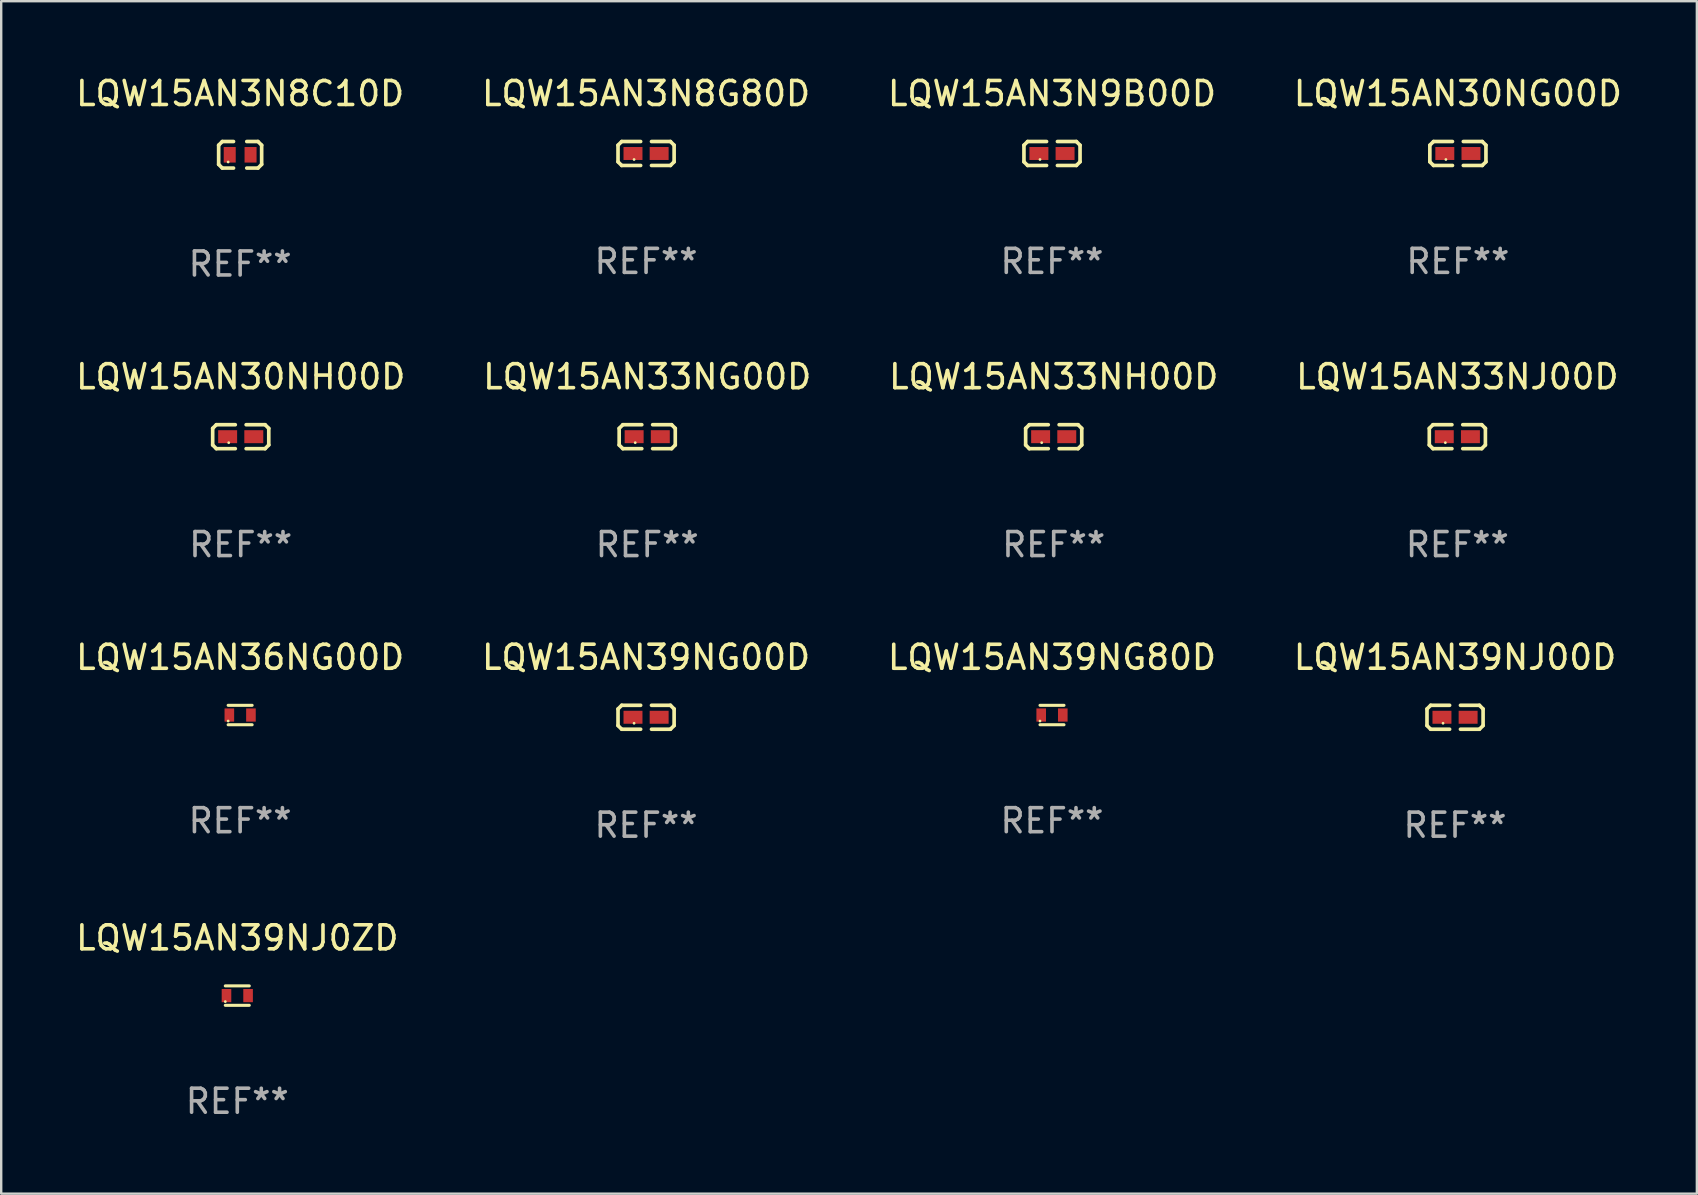
<source format=kicad_pcb>
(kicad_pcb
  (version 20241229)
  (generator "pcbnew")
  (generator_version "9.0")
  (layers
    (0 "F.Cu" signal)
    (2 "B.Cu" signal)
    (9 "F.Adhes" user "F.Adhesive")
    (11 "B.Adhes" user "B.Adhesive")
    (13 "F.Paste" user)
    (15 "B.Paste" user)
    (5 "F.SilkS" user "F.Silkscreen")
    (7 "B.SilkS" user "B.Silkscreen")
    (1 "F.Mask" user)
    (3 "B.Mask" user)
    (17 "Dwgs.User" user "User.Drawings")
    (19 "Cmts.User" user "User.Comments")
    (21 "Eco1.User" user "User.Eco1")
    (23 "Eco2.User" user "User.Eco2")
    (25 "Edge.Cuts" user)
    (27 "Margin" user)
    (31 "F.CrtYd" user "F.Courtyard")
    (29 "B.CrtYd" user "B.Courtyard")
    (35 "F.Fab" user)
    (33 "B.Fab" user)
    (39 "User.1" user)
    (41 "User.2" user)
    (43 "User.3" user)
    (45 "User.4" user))
  (footprint "LQW15AN36NG00D"
    (layer "F.Cu")
    (at 6.958 26.749)
    (property "Reference" "LQW15AN36NG00D" (at 0 -2.405 0) (layer "F.SilkS") (effects (font (size 1 1) (thickness 0.15))))
    (attr through_hole)
    (fp_line (start -0.5 -0.405) (end 0.5 -0.405) (stroke (width 0.127) (type solid)) (layer "F.SilkS"))
    (fp_line (start -0.5 0.405) (end 0.5 0.405) (stroke (width 0.127) (type solid)) (layer "F.SilkS"))
    (fp_circle (center -0.5 0.25) (end -0.47 0.25) (stroke (width 0.06) (type solid)) (fill no) (layer "F.SilkS"))
    (fp_text user "REF**" (at 0 4.405 0) (layer "F.Fab") (effects (font (size 1 1) (thickness 0.15))))
    (pad "1" smd rect (at -0.45 0 90) (size 0.55 0.4) (layers "F.Cu" "F.Mask" "F.Paste"))
    (pad "2" smd rect (at 0.45 0 90) (size 0.55 0.4) (layers "F.Cu" "F.Mask" "F.Paste")))
  (footprint "LQW15AN33NG00D"
    (layer "F.Cu")
    (at 23.923 15.149)
    (property "Reference" "LQW15AN33NG00D" (at 0 -2.499 0) (layer "F.SilkS") (effects (font (size 1 1) (thickness 0.15))))
    (attr through_hole)
    (fp_line (start -1.169 -0.346) (end -1.016 -0.499) (stroke (width 0.152) (type solid)) (layer "F.SilkS"))
    (fp_line (start -1.169 0.346) (end -1.169 -0.346) (stroke (width 0.152) (type solid)) (layer "F.SilkS"))
    (fp_line (start -1.016 -0.499) (end -0.226 -0.499) (stroke (width 0.152) (type solid)) (layer "F.SilkS"))
    (fp_line (start -1.016 0.499) (end -1.169 0.346) (stroke (width 0.152) (type solid)) (layer "F.SilkS"))
    (fp_line (start -0.226 0.499) (end -1.016 0.499) (stroke (width 0.152) (type solid)) (layer "F.SilkS"))
    (fp_line (start 0.226 0.499) (end 1.016 0.499) (stroke (width 0.152) (type solid)) (layer "F.SilkS"))
    (fp_line (start 1.016 -0.499) (end 0.226 -0.499) (stroke (width 0.152) (type solid)) (layer "F.SilkS"))
    (fp_line (start 1.016 0.499) (end 1.169 0.346) (stroke (width 0.152) (type solid)) (layer "F.SilkS"))
    (fp_line (start 1.169 -0.346) (end 1.016 -0.499) (stroke (width 0.152) (type solid)) (layer "F.SilkS"))
    (fp_line (start 1.169 0.346) (end 1.169 -0.346) (stroke (width 0.152) (type solid)) (layer "F.SilkS"))
    (fp_circle (center -0.5 0.25) (end -0.47 0.25) (stroke (width 0.06) (type solid)) (fill no) (layer "F.SilkS"))
    (fp_text user "REF**" (at 0 4.499 0) (layer "F.Fab") (effects (font (size 1 1) (thickness 0.15))))
    (pad "1" smd rect (at -0.545 0) (size 0.79 0.54) (layers "F.Cu" "F.Mask" "F.Paste"))
    (pad "2" smd rect (at 0.545 0) (size 0.79 0.54) (layers "F.Cu" "F.Mask" "F.Paste")))
  (footprint "LQW15AN33NH00D"
    (layer "F.Cu")
    (at 40.863 15.149)
    (property "Reference" "LQW15AN33NH00D" (at 0 -2.499 0) (layer "F.SilkS") (effects (font (size 1 1) (thickness 0.15))))
    (attr through_hole)
    (fp_line (start -1.169 -0.346) (end -1.016 -0.499) (stroke (width 0.152) (type solid)) (layer "F.SilkS"))
    (fp_line (start -1.169 0.346) (end -1.169 -0.346) (stroke (width 0.152) (type solid)) (layer "F.SilkS"))
    (fp_line (start -1.016 -0.499) (end -0.226 -0.499) (stroke (width 0.152) (type solid)) (layer "F.SilkS"))
    (fp_line (start -1.016 0.499) (end -1.169 0.346) (stroke (width 0.152) (type solid)) (layer "F.SilkS"))
    (fp_line (start -0.226 0.499) (end -1.016 0.499) (stroke (width 0.152) (type solid)) (layer "F.SilkS"))
    (fp_line (start 0.226 0.499) (end 1.016 0.499) (stroke (width 0.152) (type solid)) (layer "F.SilkS"))
    (fp_line (start 1.016 -0.499) (end 0.226 -0.499) (stroke (width 0.152) (type solid)) (layer "F.SilkS"))
    (fp_line (start 1.016 0.499) (end 1.169 0.346) (stroke (width 0.152) (type solid)) (layer "F.SilkS"))
    (fp_line (start 1.169 -0.346) (end 1.016 -0.499) (stroke (width 0.152) (type solid)) (layer "F.SilkS"))
    (fp_line (start 1.169 0.346) (end 1.169 -0.346) (stroke (width 0.152) (type solid)) (layer "F.SilkS"))
    (fp_circle (center -0.5 0.25) (end -0.47 0.25) (stroke (width 0.06) (type solid)) (fill no) (layer "F.SilkS"))
    (fp_text user "REF**" (at 0 4.499 0) (layer "F.Fab") (effects (font (size 1 1) (thickness 0.15))))
    (pad "1" smd rect (at -0.545 0) (size 0.79 0.54) (layers "F.Cu" "F.Mask" "F.Paste"))
    (pad "2" smd rect (at 0.545 0) (size 0.79 0.54) (layers "F.Cu" "F.Mask" "F.Paste")))
  (footprint "LQW15AN39NG80D"
    (layer "F.Cu")
    (at 40.792 26.749)
    (property "Reference" "LQW15AN39NG80D" (at 0 -2.405 0) (layer "F.SilkS") (effects (font (size 1 1) (thickness 0.15))))
    (attr through_hole)
    (fp_line (start -0.5 -0.405) (end 0.5 -0.405) (stroke (width 0.127) (type solid)) (layer "F.SilkS"))
    (fp_line (start -0.5 0.405) (end 0.5 0.405) (stroke (width 0.127) (type solid)) (layer "F.SilkS"))
    (fp_circle (center -0.5 0.25) (end -0.47 0.25) (stroke (width 0.06) (type solid)) (fill no) (layer "F.SilkS"))
    (fp_text user "REF**" (at 0 4.405 0) (layer "F.Fab") (effects (font (size 1 1) (thickness 0.15))))
    (pad "1" smd rect (at -0.45 0 90) (size 0.55 0.4) (layers "F.Cu" "F.Mask" "F.Paste"))
    (pad "2" smd rect (at 0.45 0 90) (size 0.55 0.4) (layers "F.Cu" "F.Mask" "F.Paste")))
  (footprint "LQW15AN39NG00D"
    (layer "F.Cu")
    (at 23.875 26.842)
    (property "Reference" "LQW15AN39NG00D" (at 0 -2.499 0) (layer "F.SilkS") (effects (font (size 1 1) (thickness 0.15))))
    (attr through_hole)
    (fp_line (start -1.169 -0.346) (end -1.016 -0.499) (stroke (width 0.152) (type solid)) (layer "F.SilkS"))
    (fp_line (start -1.169 0.346) (end -1.169 -0.346) (stroke (width 0.152) (type solid)) (layer "F.SilkS"))
    (fp_line (start -1.016 -0.499) (end -0.226 -0.499) (stroke (width 0.152) (type solid)) (layer "F.SilkS"))
    (fp_line (start -1.016 0.499) (end -1.169 0.346) (stroke (width 0.152) (type solid)) (layer "F.SilkS"))
    (fp_line (start -0.226 0.499) (end -1.016 0.499) (stroke (width 0.152) (type solid)) (layer "F.SilkS"))
    (fp_line (start 0.226 0.499) (end 1.016 0.499) (stroke (width 0.152) (type solid)) (layer "F.SilkS"))
    (fp_line (start 1.016 -0.499) (end 0.226 -0.499) (stroke (width 0.152) (type solid)) (layer "F.SilkS"))
    (fp_line (start 1.016 0.499) (end 1.169 0.346) (stroke (width 0.152) (type solid)) (layer "F.SilkS"))
    (fp_line (start 1.169 -0.346) (end 1.016 -0.499) (stroke (width 0.152) (type solid)) (layer "F.SilkS"))
    (fp_line (start 1.169 0.346) (end 1.169 -0.346) (stroke (width 0.152) (type solid)) (layer "F.SilkS"))
    (fp_circle (center -0.5 0.25) (end -0.47 0.25) (stroke (width 0.06) (type solid)) (fill no) (layer "F.SilkS"))
    (fp_text user "REF**" (at 0 4.499 0) (layer "F.Fab") (effects (font (size 1 1) (thickness 0.15))))
    (pad "1" smd rect (at -0.545 0) (size 0.79 0.54) (layers "F.Cu" "F.Mask" "F.Paste"))
    (pad "2" smd rect (at 0.545 0) (size 0.79 0.54) (layers "F.Cu" "F.Mask" "F.Paste")))
  (footprint "LQW15AN39NJ00D"
    (layer "F.Cu")
    (at 57.589 26.842)
    (property "Reference" "LQW15AN39NJ00D" (at 0 -2.499 0) (layer "F.SilkS") (effects (font (size 1 1) (thickness 0.15))))
    (attr through_hole)
    (fp_line (start -1.169 -0.346) (end -1.016 -0.499) (stroke (width 0.152) (type solid)) (layer "F.SilkS"))
    (fp_line (start -1.169 0.346) (end -1.169 -0.346) (stroke (width 0.152) (type solid)) (layer "F.SilkS"))
    (fp_line (start -1.016 -0.499) (end -0.226 -0.499) (stroke (width 0.152) (type solid)) (layer "F.SilkS"))
    (fp_line (start -1.016 0.499) (end -1.169 0.346) (stroke (width 0.152) (type solid)) (layer "F.SilkS"))
    (fp_line (start -0.226 0.499) (end -1.016 0.499) (stroke (width 0.152) (type solid)) (layer "F.SilkS"))
    (fp_line (start 0.226 0.499) (end 1.016 0.499) (stroke (width 0.152) (type solid)) (layer "F.SilkS"))
    (fp_line (start 1.016 -0.499) (end 0.226 -0.499) (stroke (width 0.152) (type solid)) (layer "F.SilkS"))
    (fp_line (start 1.016 0.499) (end 1.169 0.346) (stroke (width 0.152) (type solid)) (layer "F.SilkS"))
    (fp_line (start 1.169 -0.346) (end 1.016 -0.499) (stroke (width 0.152) (type solid)) (layer "F.SilkS"))
    (fp_line (start 1.169 0.346) (end 1.169 -0.346) (stroke (width 0.152) (type solid)) (layer "F.SilkS"))
    (fp_circle (center -0.5 0.25) (end -0.47 0.25) (stroke (width 0.06) (type solid)) (fill no) (layer "F.SilkS"))
    (fp_text user "REF**" (at 0 4.499 0) (layer "F.Fab") (effects (font (size 1 1) (thickness 0.15))))
    (pad "1" smd rect (at -0.545 0) (size 0.79 0.54) (layers "F.Cu" "F.Mask" "F.Paste"))
    (pad "2" smd rect (at 0.545 0) (size 0.79 0.54) (layers "F.Cu" "F.Mask" "F.Paste")))
  (footprint "LQW15AN3N9B00D"
    (layer "F.Cu")
    (at 40.792 3.347)
    (property "Reference" "LQW15AN3N9B00D" (at 0 -2.499 0) (layer "F.SilkS") (effects (font (size 1 1) (thickness 0.15))))
    (attr through_hole)
    (fp_line (start -1.169 -0.346) (end -1.016 -0.499) (stroke (width 0.152) (type solid)) (layer "F.SilkS"))
    (fp_line (start -1.169 0.346) (end -1.169 -0.346) (stroke (width 0.152) (type solid)) (layer "F.SilkS"))
    (fp_line (start -1.016 -0.499) (end -0.226 -0.499) (stroke (width 0.152) (type solid)) (layer "F.SilkS"))
    (fp_line (start -1.016 0.499) (end -1.169 0.346) (stroke (width 0.152) (type solid)) (layer "F.SilkS"))
    (fp_line (start -0.226 0.499) (end -1.016 0.499) (stroke (width 0.152) (type solid)) (layer "F.SilkS"))
    (fp_line (start 0.226 0.499) (end 1.016 0.499) (stroke (width 0.152) (type solid)) (layer "F.SilkS"))
    (fp_line (start 1.016 -0.499) (end 0.226 -0.499) (stroke (width 0.152) (type solid)) (layer "F.SilkS"))
    (fp_line (start 1.016 0.499) (end 1.169 0.346) (stroke (width 0.152) (type solid)) (layer "F.SilkS"))
    (fp_line (start 1.169 -0.346) (end 1.016 -0.499) (stroke (width 0.152) (type solid)) (layer "F.SilkS"))
    (fp_line (start 1.169 0.346) (end 1.169 -0.346) (stroke (width 0.152) (type solid)) (layer "F.SilkS"))
    (fp_circle (center -0.5 0.25) (end -0.47 0.25) (stroke (width 0.06) (type solid)) (fill no) (layer "F.SilkS"))
    (fp_text user "REF**" (at 0 4.499 0) (layer "F.Fab") (effects (font (size 1 1) (thickness 0.15))))
    (pad "1" smd rect (at -0.545 0) (size 0.79 0.54) (layers "F.Cu" "F.Mask" "F.Paste"))
    (pad "2" smd rect (at 0.545 0) (size 0.79 0.54) (layers "F.Cu" "F.Mask" "F.Paste")))
  (footprint "LQW15AN39NJ0ZD"
    (layer "F.Cu")
    (at 6.839 38.442)
    (property "Reference" "LQW15AN39NJ0ZD" (at 0 -2.405 0) (layer "F.SilkS") (effects (font (size 1 1) (thickness 0.15))))
    (attr through_hole)
    (fp_line (start -0.5 -0.405) (end 0.5 -0.405) (stroke (width 0.127) (type solid)) (layer "F.SilkS"))
    (fp_line (start -0.5 0.405) (end 0.5 0.405) (stroke (width 0.127) (type solid)) (layer "F.SilkS"))
    (fp_circle (center -0.5 0.25) (end -0.47 0.25) (stroke (width 0.06) (type solid)) (fill no) (layer "F.SilkS"))
    (fp_text user "REF**" (at 0 4.405 0) (layer "F.Fab") (effects (font (size 1 1) (thickness 0.15))))
    (pad "1" smd rect (at -0.45 0 90) (size 0.55 0.4) (layers "F.Cu" "F.Mask" "F.Paste"))
    (pad "2" smd rect (at 0.45 0 90) (size 0.55 0.4) (layers "F.Cu" "F.Mask" "F.Paste")))
  (footprint "LQW15AN3N8C10D"
    (layer "F.Cu")
    (at 6.958 3.401)
    (property "Reference" "LQW15AN3N8C10D" (at 0 -2.553 0) (layer "F.SilkS") (effects (font (size 1 1) (thickness 0.15))))
    (attr through_hole)
    (fp_line (start -0.896 -0.4) (end -0.896 0.4) (stroke (width 0.152) (type solid)) (layer "F.SilkS"))
    (fp_line (start -0.896 0.4) (end -0.744 0.553) (stroke (width 0.152) (type solid)) (layer "F.SilkS"))
    (fp_line (start -0.744 -0.553) (end -0.896 -0.4) (stroke (width 0.152) (type solid)) (layer "F.SilkS"))
    (fp_line (start -0.744 0.553) (end -0.276 0.553) (stroke (width 0.152) (type solid)) (layer "F.SilkS"))
    (fp_line (start -0.276 -0.553) (end -0.744 -0.553) (stroke (width 0.152) (type solid)) (layer "F.SilkS"))
    (fp_line (start 0.276 -0.553) (end 0.744 -0.553) (stroke (width 0.152) (type solid)) (layer "F.SilkS"))
    (fp_line (start 0.744 -0.553) (end 0.896 -0.4) (stroke (width 0.152) (type solid)) (layer "F.SilkS"))
    (fp_line (start 0.744 0.553) (end 0.276 0.553) (stroke (width 0.152) (type solid)) (layer "F.SilkS"))
    (fp_line (start 0.896 -0.4) (end 0.896 0.4) (stroke (width 0.152) (type solid)) (layer "F.SilkS"))
    (fp_line (start 0.896 0.4) (end 0.744 0.553) (stroke (width 0.152) (type solid)) (layer "F.SilkS"))
    (fp_circle (center -0.5 0.3) (end -0.47 0.3) (stroke (width 0.06) (type solid)) (fill no) (layer "F.SilkS"))
    (fp_text user "REF**" (at 0 4.553 0) (layer "F.Fab") (effects (font (size 1 1) (thickness 0.15))))
    (pad "1" smd rect (at -0.434 0) (size 0.5 0.648) (layers "F.Cu" "F.Mask" "F.Paste"))
    (pad "2" smd rect (at 0.434 0) (size 0.5 0.648) (layers "F.Cu" "F.Mask" "F.Paste")))
  (footprint "LQW15AN30NG00D"
    (layer "F.Cu")
    (at 57.708 3.347)
    (property "Reference" "LQW15AN30NG00D" (at 0 -2.499 0) (layer "F.SilkS") (effects (font (size 1 1) (thickness 0.15))))
    (attr through_hole)
    (fp_line (start -1.169 -0.346) (end -1.016 -0.499) (stroke (width 0.152) (type solid)) (layer "F.SilkS"))
    (fp_line (start -1.169 0.346) (end -1.169 -0.346) (stroke (width 0.152) (type solid)) (layer "F.SilkS"))
    (fp_line (start -1.016 -0.499) (end -0.226 -0.499) (stroke (width 0.152) (type solid)) (layer "F.SilkS"))
    (fp_line (start -1.016 0.499) (end -1.169 0.346) (stroke (width 0.152) (type solid)) (layer "F.SilkS"))
    (fp_line (start -0.226 0.499) (end -1.016 0.499) (stroke (width 0.152) (type solid)) (layer "F.SilkS"))
    (fp_line (start 0.226 0.499) (end 1.016 0.499) (stroke (width 0.152) (type solid)) (layer "F.SilkS"))
    (fp_line (start 1.016 -0.499) (end 0.226 -0.499) (stroke (width 0.152) (type solid)) (layer "F.SilkS"))
    (fp_line (start 1.016 0.499) (end 1.169 0.346) (stroke (width 0.152) (type solid)) (layer "F.SilkS"))
    (fp_line (start 1.169 -0.346) (end 1.016 -0.499) (stroke (width 0.152) (type solid)) (layer "F.SilkS"))
    (fp_line (start 1.169 0.346) (end 1.169 -0.346) (stroke (width 0.152) (type solid)) (layer "F.SilkS"))
    (fp_circle (center -0.5 0.25) (end -0.47 0.25) (stroke (width 0.06) (type solid)) (fill no) (layer "F.SilkS"))
    (fp_text user "REF**" (at 0 4.499 0) (layer "F.Fab") (effects (font (size 1 1) (thickness 0.15))))
    (pad "1" smd rect (at -0.545 0) (size 0.79 0.54) (layers "F.Cu" "F.Mask" "F.Paste"))
    (pad "2" smd rect (at 0.545 0) (size 0.79 0.54) (layers "F.Cu" "F.Mask" "F.Paste")))
  (footprint "LQW15AN30NH00D"
    (layer "F.Cu")
    (at 6.982 15.149)
    (property "Reference" "LQW15AN30NH00D" (at 0 -2.499 0) (layer "F.SilkS") (effects (font (size 1 1) (thickness 0.15))))
    (attr through_hole)
    (fp_line (start -1.169 -0.346) (end -1.016 -0.499) (stroke (width 0.152) (type solid)) (layer "F.SilkS"))
    (fp_line (start -1.169 0.346) (end -1.169 -0.346) (stroke (width 0.152) (type solid)) (layer "F.SilkS"))
    (fp_line (start -1.016 -0.499) (end -0.226 -0.499) (stroke (width 0.152) (type solid)) (layer "F.SilkS"))
    (fp_line (start -1.016 0.499) (end -1.169 0.346) (stroke (width 0.152) (type solid)) (layer "F.SilkS"))
    (fp_line (start -0.226 0.499) (end -1.016 0.499) (stroke (width 0.152) (type solid)) (layer "F.SilkS"))
    (fp_line (start 0.226 0.499) (end 1.016 0.499) (stroke (width 0.152) (type solid)) (layer "F.SilkS"))
    (fp_line (start 1.016 -0.499) (end 0.226 -0.499) (stroke (width 0.152) (type solid)) (layer "F.SilkS"))
    (fp_line (start 1.016 0.499) (end 1.169 0.346) (stroke (width 0.152) (type solid)) (layer "F.SilkS"))
    (fp_line (start 1.169 -0.346) (end 1.016 -0.499) (stroke (width 0.152) (type solid)) (layer "F.SilkS"))
    (fp_line (start 1.169 0.346) (end 1.169 -0.346) (stroke (width 0.152) (type solid)) (layer "F.SilkS"))
    (fp_circle (center -0.5 0.25) (end -0.47 0.25) (stroke (width 0.06) (type solid)) (fill no) (layer "F.SilkS"))
    (fp_text user "REF**" (at 0 4.499 0) (layer "F.Fab") (effects (font (size 1 1) (thickness 0.15))))
    (pad "1" smd rect (at -0.545 0) (size 0.79 0.54) (layers "F.Cu" "F.Mask" "F.Paste"))
    (pad "2" smd rect (at 0.545 0) (size 0.79 0.54) (layers "F.Cu" "F.Mask" "F.Paste")))
  (footprint "LQW15AN33NJ00D"
    (layer "F.Cu")
    (at 57.685 15.149)
    (property "Reference" "LQW15AN33NJ00D" (at 0 -2.499 0) (layer "F.SilkS") (effects (font (size 1 1) (thickness 0.15))))
    (attr through_hole)
    (fp_line (start -1.169 -0.346) (end -1.016 -0.499) (stroke (width 0.152) (type solid)) (layer "F.SilkS"))
    (fp_line (start -1.169 0.346) (end -1.169 -0.346) (stroke (width 0.152) (type solid)) (layer "F.SilkS"))
    (fp_line (start -1.016 -0.499) (end -0.226 -0.499) (stroke (width 0.152) (type solid)) (layer "F.SilkS"))
    (fp_line (start -1.016 0.499) (end -1.169 0.346) (stroke (width 0.152) (type solid)) (layer "F.SilkS"))
    (fp_line (start -0.226 0.499) (end -1.016 0.499) (stroke (width 0.152) (type solid)) (layer "F.SilkS"))
    (fp_line (start 0.226 0.499) (end 1.016 0.499) (stroke (width 0.152) (type solid)) (layer "F.SilkS"))
    (fp_line (start 1.016 -0.499) (end 0.226 -0.499) (stroke (width 0.152) (type solid)) (layer "F.SilkS"))
    (fp_line (start 1.016 0.499) (end 1.169 0.346) (stroke (width 0.152) (type solid)) (layer "F.SilkS"))
    (fp_line (start 1.169 -0.346) (end 1.016 -0.499) (stroke (width 0.152) (type solid)) (layer "F.SilkS"))
    (fp_line (start 1.169 0.346) (end 1.169 -0.346) (stroke (width 0.152) (type solid)) (layer "F.SilkS"))
    (fp_circle (center -0.5 0.25) (end -0.47 0.25) (stroke (width 0.06) (type solid)) (fill no) (layer "F.SilkS"))
    (fp_text user "REF**" (at 0 4.499 0) (layer "F.Fab") (effects (font (size 1 1) (thickness 0.15))))
    (pad "1" smd rect (at -0.545 0) (size 0.79 0.54) (layers "F.Cu" "F.Mask" "F.Paste"))
    (pad "2" smd rect (at 0.545 0) (size 0.79 0.54) (layers "F.Cu" "F.Mask" "F.Paste")))
  (footprint "LQW15AN3N8G80D"
    (layer "F.Cu")
    (at 23.875 3.347)
    (property "Reference" "LQW15AN3N8G80D" (at 0 -2.499 0) (layer "F.SilkS") (effects (font (size 1 1) (thickness 0.15))))
    (attr through_hole)
    (fp_line (start -1.169 -0.346) (end -1.016 -0.499) (stroke (width 0.152) (type solid)) (layer "F.SilkS"))
    (fp_line (start -1.169 0.346) (end -1.169 -0.346) (stroke (width 0.152) (type solid)) (layer "F.SilkS"))
    (fp_line (start -1.016 -0.499) (end -0.226 -0.499) (stroke (width 0.152) (type solid)) (layer "F.SilkS"))
    (fp_line (start -1.016 0.499) (end -1.169 0.346) (stroke (width 0.152) (type solid)) (layer "F.SilkS"))
    (fp_line (start -0.226 0.499) (end -1.016 0.499) (stroke (width 0.152) (type solid)) (layer "F.SilkS"))
    (fp_line (start 0.226 0.499) (end 1.016 0.499) (stroke (width 0.152) (type solid)) (layer "F.SilkS"))
    (fp_line (start 1.016 -0.499) (end 0.226 -0.499) (stroke (width 0.152) (type solid)) (layer "F.SilkS"))
    (fp_line (start 1.016 0.499) (end 1.169 0.346) (stroke (width 0.152) (type solid)) (layer "F.SilkS"))
    (fp_line (start 1.169 -0.346) (end 1.016 -0.499) (stroke (width 0.152) (type solid)) (layer "F.SilkS"))
    (fp_line (start 1.169 0.346) (end 1.169 -0.346) (stroke (width 0.152) (type solid)) (layer "F.SilkS"))
    (fp_circle (center -0.5 0.25) (end -0.47 0.25) (stroke (width 0.06) (type solid)) (fill no) (layer "F.SilkS"))
    (fp_text user "REF**" (at 0 4.499 0) (layer "F.Fab") (effects (font (size 1 1) (thickness 0.15))))
    (pad "1" smd rect (at -0.545 0) (size 0.79 0.54) (layers "F.Cu" "F.Mask" "F.Paste"))
    (pad "2" smd rect (at 0.545 0) (size 0.79 0.54) (layers "F.Cu" "F.Mask" "F.Paste")))
  (gr_rect
    (start -3 -3)
    (end 67.667 46.696)
    (stroke (width 0.1) (type default))
    (fill no)
    (layer "Edge.Cuts")))
</source>
